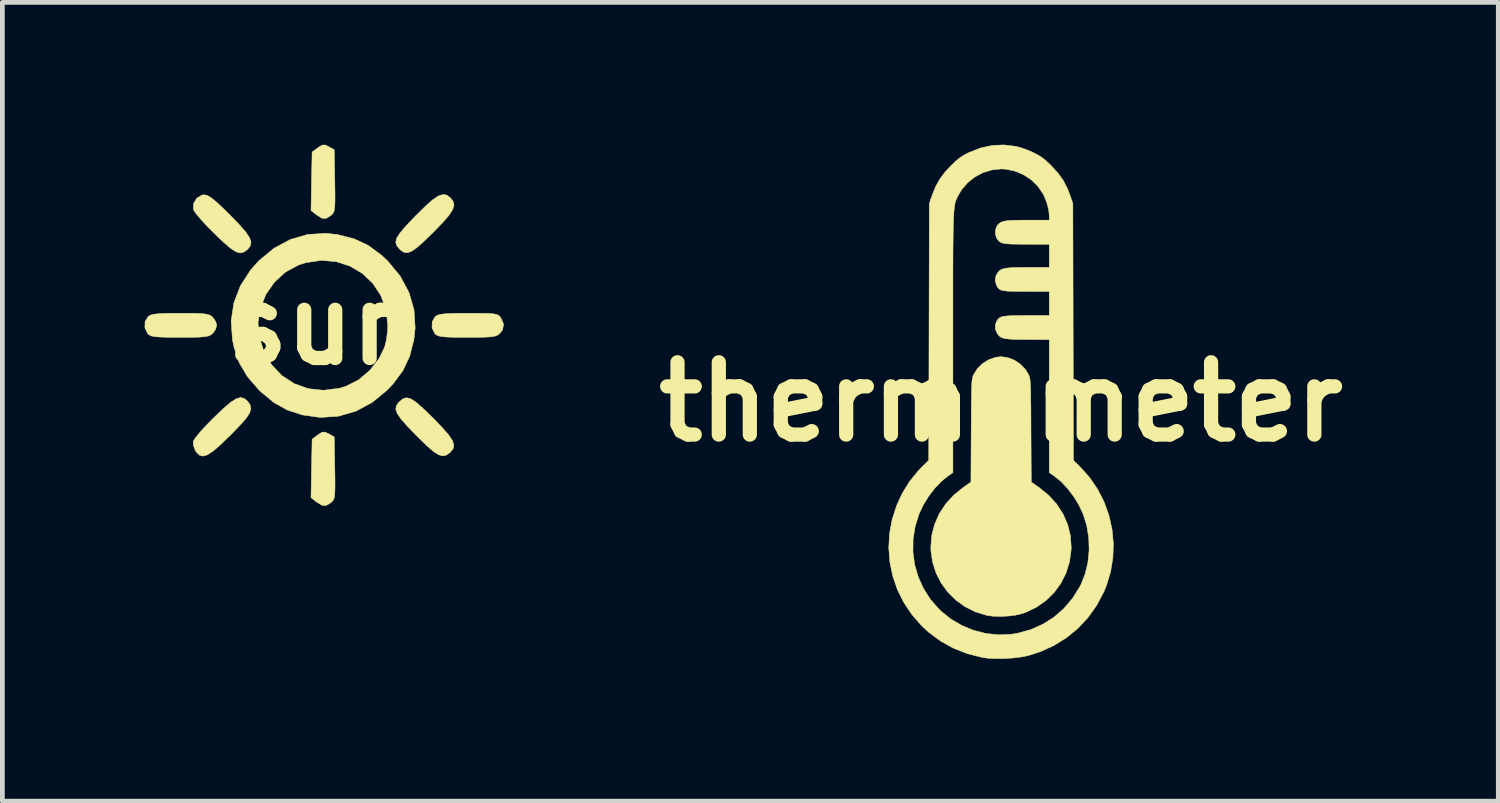
<source format=kicad_pcb>
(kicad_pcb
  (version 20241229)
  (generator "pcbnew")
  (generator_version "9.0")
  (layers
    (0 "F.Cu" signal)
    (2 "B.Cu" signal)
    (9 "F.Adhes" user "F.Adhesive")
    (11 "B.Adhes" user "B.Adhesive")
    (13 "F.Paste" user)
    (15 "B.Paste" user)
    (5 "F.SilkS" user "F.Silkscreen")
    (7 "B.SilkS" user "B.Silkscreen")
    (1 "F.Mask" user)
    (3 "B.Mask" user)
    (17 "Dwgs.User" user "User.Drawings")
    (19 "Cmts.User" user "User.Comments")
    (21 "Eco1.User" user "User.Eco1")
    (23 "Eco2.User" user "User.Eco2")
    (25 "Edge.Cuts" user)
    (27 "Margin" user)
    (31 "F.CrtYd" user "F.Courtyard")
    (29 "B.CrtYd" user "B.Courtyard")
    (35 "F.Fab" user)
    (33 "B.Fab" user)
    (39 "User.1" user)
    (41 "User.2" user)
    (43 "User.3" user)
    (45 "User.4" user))
  (footprint "thermometer"
    (layer "F.Cu")
    (at 18.055 5.422)
    (property "Reference" "thermometer" (at 0 0 0) (layer "F.SilkS") (effects (font (size 1.524 1.524) (thickness 0.3))))
    (attr through_hole)
    (fp_poly (pts (xy 0.145 -0.932) (xy 0.286 -0.876) (xy 0.413 -0.789) (xy 0.517 -0.678) (xy 0.578 -0.576) (xy 0.589 -0.553) (xy 0.597 -0.529) (xy 0.604 -0.5) (xy 0.61 -0.464) (xy 0.615 -0.415) (xy 0.619 -0.351) (xy 0.622 -0.268) (xy 0.624 -0.161) (xy 0.626 -0.027) (xy 0.628 0.137) (xy 0.629 0.335) (xy 0.63 0.572) (xy 0.63 0.607) (xy 0.636 1.691) (xy 0.801 1.806) (xy 1.005 1.972) (xy 1.174 2.159) (xy 1.307 2.365) (xy 1.403 2.586) (xy 1.461 2.82) (xy 1.478 3.065) (xy 1.475 3.133) (xy 1.441 3.379) (xy 1.368 3.611) (xy 1.26 3.825) (xy 1.119 4.018) (xy 0.949 4.186) (xy 0.751 4.325) (xy 0.53 4.433) (xy 0.434 4.466) (xy 0.307 4.496) (xy 0.155 4.515) (xy -0.005 4.523) (xy -0.158 4.52) (xy -0.289 4.504) (xy -0.31 4.499) (xy -0.547 4.425) (xy -0.764 4.316) (xy -0.957 4.176) (xy -1.125 4.009) (xy -1.264 3.819) (xy -1.371 3.608) (xy -1.444 3.381) (xy -1.479 3.141) (xy -1.481 3.055) (xy -1.461 2.813) (xy -1.401 2.58) (xy -1.303 2.359) (xy -1.168 2.153) (xy -0.998 1.967) (xy -0.801 1.806) (xy -0.636 1.691) (xy -0.63 0.607) (xy -0.629 0.365) (xy -0.628 0.162) (xy -0.626 -0.007) (xy -0.624 -0.144) (xy -0.622 -0.254) (xy -0.619 -0.341) (xy -0.616 -0.408) (xy -0.611 -0.458) (xy -0.605 -0.496) (xy -0.598 -0.525) (xy -0.59 -0.55) (xy -0.58 -0.573) (xy -0.578 -0.576) (xy -0.498 -0.703) (xy -0.388 -0.809) (xy -0.258 -0.89) (xy -0.115 -0.94) (xy 0 -0.953) (xy 0.145 -0.932)) (stroke (width 0.01) (type solid)) (fill yes) (layer "F.SilkS"))
    (fp_poly (pts (xy 0.306 -5.387) (xy 0.313 -5.386) (xy 0.416 -5.358) (xy 0.535 -5.317) (xy 0.654 -5.267) (xy 0.675 -5.257) (xy 0.774 -5.206) (xy 0.854 -5.157) (xy 0.93 -5.098) (xy 1.013 -5.022) (xy 1.058 -4.977) (xy 1.2 -4.822) (xy 1.311 -4.667) (xy 1.399 -4.497) (xy 1.458 -4.343) (xy 1.513 -4.18) (xy 1.525 1.233) (xy 1.658 1.362) (xy 1.864 1.592) (xy 2.036 1.844) (xy 2.173 2.113) (xy 2.274 2.396) (xy 2.339 2.689) (xy 2.367 2.987) (xy 2.357 3.287) (xy 2.308 3.585) (xy 2.219 3.877) (xy 2.165 4.007) (xy 2.016 4.289) (xy 1.834 4.545) (xy 1.622 4.772) (xy 1.382 4.97) (xy 1.117 5.135) (xy 0.829 5.266) (xy 0.572 5.349) (xy 0.428 5.378) (xy 0.26 5.399) (xy 0.079 5.411) (xy -0.1 5.413) (xy -0.264 5.406) (xy -0.393 5.389) (xy -0.71 5.309) (xy -1.004 5.194) (xy -1.275 5.044) (xy -1.525 4.858) (xy -1.673 4.721) (xy -1.88 4.485) (xy -2.051 4.23) (xy -2.186 3.958) (xy -2.284 3.673) (xy -2.345 3.379) (xy -2.361 3.167) (xy -1.858 3.167) (xy -1.822 3.433) (xy -1.747 3.69) (xy -1.636 3.936) (xy -1.489 4.165) (xy -1.306 4.374) (xy -1.27 4.409) (xy -1.061 4.578) (xy -0.829 4.714) (xy -0.582 4.816) (xy -0.323 4.882) (xy -0.059 4.911) (xy 0.205 4.901) (xy 0.353 4.877) (xy 0.63 4.8) (xy 0.886 4.685) (xy 1.119 4.536) (xy 1.327 4.354) (xy 1.508 4.14) (xy 1.66 3.897) (xy 1.68 3.859) (xy 1.771 3.632) (xy 1.83 3.386) (xy 1.856 3.129) (xy 1.848 2.869) (xy 1.807 2.613) (xy 1.732 2.369) (xy 1.73 2.364) (xy 1.643 2.179) (xy 1.532 1.996) (xy 1.403 1.827) (xy 1.265 1.68) (xy 1.124 1.566) (xy 1.124 1.566) (xy 1.016 1.492) (xy 1.016 0.09) (xy 1.016 -1.312) (xy 0.566 -1.314) (xy 0.394 -1.315) (xy 0.259 -1.318) (xy 0.156 -1.325) (xy 0.078 -1.335) (xy 0.021 -1.351) (xy -0.021 -1.374) (xy -0.053 -1.404) (xy -0.079 -1.437) (xy -0.12 -1.531) (xy -0.12 -1.627) (xy -0.095 -1.694) (xy -0.073 -1.732) (xy -0.046 -1.762) (xy -0.01 -1.784) (xy 0.04 -1.8) (xy 0.111 -1.81) (xy 0.207 -1.816) (xy 0.333 -1.819) (xy 0.496 -1.82) (xy 0.539 -1.82) (xy 1.016 -1.82) (xy 1.016 -2.328) (xy 0.528 -2.328) (xy 0.36 -2.329) (xy 0.228 -2.331) (xy 0.128 -2.335) (xy 0.054 -2.344) (xy 0.001 -2.357) (xy -0.036 -2.376) (xy -0.063 -2.403) (xy -0.086 -2.438) (xy -0.096 -2.457) (xy -0.125 -2.554) (xy -0.111 -2.649) (xy -0.079 -2.711) (xy -0.05 -2.749) (xy -0.017 -2.778) (xy 0.027 -2.799) (xy 0.086 -2.815) (xy 0.166 -2.825) (xy 0.272 -2.831) (xy 0.411 -2.834) (xy 0.566 -2.835) (xy 1.016 -2.836) (xy 1.016 -3.323) (xy 0.538 -3.323) (xy 0.369 -3.324) (xy 0.238 -3.326) (xy 0.137 -3.331) (xy 0.063 -3.34) (xy 0.009 -3.354) (xy -0.03 -3.375) (xy -0.06 -3.403) (xy -0.085 -3.439) (xy -0.095 -3.455) (xy -0.12 -3.534) (xy -0.118 -3.622) (xy -0.09 -3.703) (xy -0.071 -3.73) (xy -0.039 -3.761) (xy -0.002 -3.786) (xy 0.045 -3.804) (xy 0.108 -3.816) (xy 0.192 -3.824) (xy 0.304 -3.829) (xy 0.449 -3.831) (xy 0.56 -3.831) (xy 1.016 -3.831) (xy 1.016 -3.922) (xy 1.003 -4.048) (xy 0.967 -4.19) (xy 0.912 -4.331) (xy 0.885 -4.385) (xy 0.777 -4.544) (xy 0.638 -4.68) (xy 0.475 -4.788) (xy 0.295 -4.864) (xy 0.104 -4.905) (xy 0 -4.911) (xy -0.194 -4.89) (xy -0.381 -4.833) (xy -0.554 -4.741) (xy -0.707 -4.619) (xy -0.832 -4.472) (xy -0.885 -4.385) (xy -0.904 -4.351) (xy -0.921 -4.32) (xy -0.935 -4.291) (xy -0.949 -4.26) (xy -0.96 -4.226) (xy -0.971 -4.186) (xy -0.98 -4.138) (xy -0.987 -4.08) (xy -0.994 -4.01) (xy -0.999 -3.925) (xy -1.004 -3.822) (xy -1.007 -3.701) (xy -1.01 -3.558) (xy -1.012 -3.392) (xy -1.014 -3.199) (xy -1.015 -2.979) (xy -1.016 -2.727) (xy -1.016 -2.443) (xy -1.016 -2.125) (xy -1.016 -1.769) (xy -1.016 -1.373) (xy -1.016 -1.26) (xy -1.016 1.492) (xy -1.124 1.566) (xy -1.263 1.679) (xy -1.401 1.825) (xy -1.529 1.992) (xy -1.64 2.173) (xy -1.727 2.356) (xy -1.729 2.361) (xy -1.812 2.627) (xy -1.855 2.897) (xy -1.858 3.167) (xy -2.361 3.167) (xy -2.368 3.08) (xy -2.352 2.779) (xy -2.297 2.48) (xy -2.202 2.186) (xy -2.087 1.934) (xy -1.929 1.677) (xy -1.74 1.446) (xy -1.658 1.362) (xy -1.525 1.233) (xy -1.519 -1.474) (xy -1.513 -4.18) (xy -1.458 -4.343) (xy -1.382 -4.534) (xy -1.29 -4.699) (xy -1.174 -4.854) (xy -1.058 -4.977) (xy -0.966 -5.066) (xy -0.889 -5.131) (xy -0.812 -5.184) (xy -0.724 -5.233) (xy -0.675 -5.257) (xy -0.434 -5.352) (xy -0.191 -5.405) (xy 0.055 -5.417) (xy 0.306 -5.387)) (stroke (width 0.01) (type solid)) (fill yes) (layer "F.SilkS")))
  (footprint "sun"
    (layer "F.Cu")
    (at 3.763 3.808)
    (property "Reference" "sun" (at 0 0 0) (layer "F.SilkS") (effects (font (size 1.524 1.524) (thickness 0.3))))
    (attr through_hole)
    (fp_poly (pts (xy 0.118 -3.765) (xy 0.233 -3.701) (xy 0.245 -3.046) (xy 0.249 -2.797) (xy 0.249 -2.618) (xy 0.244 -2.497) (xy 0.233 -2.418) (xy 0.213 -2.368) (xy 0.184 -2.333) (xy 0.166 -2.318) (xy 0.066 -2.256) (xy -0.024 -2.257) (xy -0.133 -2.324) (xy -0.144 -2.332) (xy -0.256 -2.421) (xy -0.245 -3.037) (xy -0.233 -3.653) (xy -0.114 -3.741) (xy -0.027 -3.797) (xy 0.038 -3.803) (xy 0.118 -3.765)) (stroke (width 0.01) (type solid)) (fill yes) (layer "F.SilkS"))
    (fp_poly (pts (xy 0.118 2.288) (xy 0.233 2.353) (xy 0.245 3.007) (xy 0.249 3.257) (xy 0.249 3.435) (xy 0.244 3.557) (xy 0.233 3.636) (xy 0.213 3.686) (xy 0.184 3.72) (xy 0.166 3.736) (xy 0.066 3.798) (xy -0.024 3.796) (xy -0.133 3.729) (xy -0.144 3.721) (xy -0.256 3.633) (xy -0.245 3.017) (xy -0.233 2.401) (xy -0.114 2.313) (xy -0.027 2.256) (xy 0.038 2.251) (xy 0.118 2.288)) (stroke (width 0.01) (type solid)) (fill yes) (layer "F.SilkS"))
    (fp_poly (pts (xy -2.445 -2.738) (xy -2.366 -2.693) (xy -2.259 -2.607) (xy -2.115 -2.473) (xy -1.957 -2.317) (xy -1.763 -2.117) (xy -1.629 -1.962) (xy -1.55 -1.843) (xy -1.521 -1.75) (xy -1.537 -1.672) (xy -1.593 -1.601) (xy -1.601 -1.594) (xy -1.676 -1.541) (xy -1.752 -1.526) (xy -1.842 -1.552) (xy -1.955 -1.627) (xy -2.103 -1.754) (xy -2.293 -1.936) (xy -2.449 -2.093) (xy -2.582 -2.238) (xy -2.68 -2.355) (xy -2.732 -2.432) (xy -2.737 -2.444) (xy -2.731 -2.569) (xy -2.665 -2.679) (xy -2.559 -2.744) (xy -2.507 -2.752) (xy -2.445 -2.738)) (stroke (width 0.01) (type solid)) (fill yes) (layer "F.SilkS"))
    (fp_poly (pts (xy -1.661 1.544) (xy -1.594 1.601) (xy -1.54 1.676) (xy -1.523 1.753) (xy -1.548 1.842) (xy -1.619 1.953) (xy -1.744 2.097) (xy -1.925 2.285) (xy -1.959 2.319) (xy -2.162 2.515) (xy -2.32 2.651) (xy -2.442 2.731) (xy -2.535 2.758) (xy -2.611 2.736) (xy -2.676 2.669) (xy -2.692 2.646) (xy -2.737 2.529) (xy -2.737 2.444) (xy -2.699 2.38) (xy -2.611 2.271) (xy -2.486 2.132) (xy -2.335 1.977) (xy -2.293 1.936) (xy -2.096 1.748) (xy -1.945 1.62) (xy -1.828 1.546) (xy -1.737 1.522) (xy -1.661 1.544)) (stroke (width 0.01) (type solid)) (fill yes) (layer "F.SilkS"))
    (fp_poly (pts (xy 1.838 1.546) (xy 1.944 1.612) (xy 2.083 1.73) (xy 2.264 1.904) (xy 2.319 1.959) (xy 2.512 2.159) (xy 2.646 2.313) (xy 2.726 2.433) (xy 2.755 2.526) (xy 2.739 2.603) (xy 2.682 2.674) (xy 2.674 2.682) (xy 2.599 2.736) (xy 2.521 2.754) (xy 2.433 2.729) (xy 2.321 2.657) (xy 2.178 2.532) (xy 1.991 2.349) (xy 1.955 2.313) (xy 1.768 2.119) (xy 1.638 1.97) (xy 1.561 1.857) (xy 1.531 1.77) (xy 1.543 1.696) (xy 1.591 1.627) (xy 1.609 1.609) (xy 1.681 1.55) (xy 1.754 1.527) (xy 1.838 1.546)) (stroke (width 0.01) (type solid)) (fill yes) (layer "F.SilkS"))
    (fp_poly (pts (xy 2.607 -2.744) (xy 2.682 -2.688) (xy 2.685 -2.685) (xy 2.741 -2.611) (xy 2.758 -2.531) (xy 2.729 -2.437) (xy 2.65 -2.317) (xy 2.517 -2.163) (xy 2.324 -1.964) (xy 2.317 -1.957) (xy 2.123 -1.768) (xy 1.974 -1.637) (xy 1.861 -1.559) (xy 1.773 -1.529) (xy 1.698 -1.541) (xy 1.627 -1.591) (xy 1.609 -1.609) (xy 1.552 -1.679) (xy 1.53 -1.75) (xy 1.549 -1.833) (xy 1.614 -1.938) (xy 1.73 -2.077) (xy 1.902 -2.259) (xy 1.955 -2.313) (xy 2.155 -2.51) (xy 2.31 -2.647) (xy 2.431 -2.728) (xy 2.527 -2.758) (xy 2.607 -2.744)) (stroke (width 0.01) (type solid)) (fill yes) (layer "F.SilkS"))
    (fp_poly (pts (xy -2.773 -0.253) (xy -2.603 -0.249) (xy -2.487 -0.239) (xy -2.412 -0.223) (xy -2.362 -0.198) (xy -2.328 -0.169) (xy -2.265 -0.077) (xy -2.244 0) (xy -2.272 0.092) (xy -2.328 0.169) (xy -2.369 0.203) (xy -2.422 0.226) (xy -2.503 0.241) (xy -2.626 0.25) (xy -2.805 0.253) (xy -3.02 0.254) (xy -3.263 0.253) (xy -3.436 0.248) (xy -3.552 0.239) (xy -3.627 0.223) (xy -3.674 0.198) (xy -3.698 0.177) (xy -3.758 0.056) (xy -3.755 -0.076) (xy -3.69 -0.184) (xy -3.645 -0.213) (xy -3.576 -0.232) (xy -3.467 -0.245) (xy -3.304 -0.252) (xy -3.075 -0.254) (xy -3.013 -0.254) (xy -2.773 -0.253)) (stroke (width 0.01) (type solid)) (fill yes) (layer "F.SilkS"))
    (fp_poly (pts (xy 3.301 -0.253) (xy 3.472 -0.25) (xy 3.586 -0.242) (xy 3.659 -0.228) (xy 3.704 -0.205) (xy 3.735 -0.172) (xy 3.744 -0.16) (xy 3.804 -0.025) (xy 3.782 0.096) (xy 3.725 0.169) (xy 3.685 0.203) (xy 3.631 0.226) (xy 3.551 0.241) (xy 3.428 0.25) (xy 3.248 0.253) (xy 3.033 0.254) (xy 2.79 0.253) (xy 2.618 0.248) (xy 2.501 0.239) (xy 2.427 0.223) (xy 2.379 0.198) (xy 2.356 0.177) (xy 2.295 0.056) (xy 2.299 -0.076) (xy 2.363 -0.184) (xy 2.407 -0.212) (xy 2.476 -0.232) (xy 2.583 -0.244) (xy 2.742 -0.251) (xy 2.968 -0.254) (xy 3.06 -0.254) (xy 3.301 -0.253)) (stroke (width 0.01) (type solid)) (fill yes) (layer "F.SilkS"))
    (fp_poly (pts (xy 0.3 -1.913) (xy 0.648 -1.825) (xy 0.951 -1.684) (xy 1.232 -1.476) (xy 1.358 -1.358) (xy 1.622 -1.04) (xy 1.808 -0.695) (xy 1.915 -0.328) (xy 1.939 0.056) (xy 1.913 0.3) (xy 1.825 0.648) (xy 1.684 0.951) (xy 1.476 1.232) (xy 1.358 1.358) (xy 1.039 1.622) (xy 0.693 1.809) (xy 0.324 1.916) (xy -0.06 1.943) (xy -0.446 1.888) (xy -0.761 1.784) (xy -1.042 1.626) (xy -1.313 1.402) (xy -1.358 1.357) (xy -1.599 1.079) (xy -1.769 0.789) (xy -1.879 0.464) (xy -1.913 0.3) (xy -1.937 -0.058) (xy -1.373 -0.058) (xy -1.353 0.221) (xy -1.251 0.551) (xy -1.086 0.833) (xy -0.868 1.062) (xy -0.607 1.232) (xy -0.312 1.336) (xy 0.007 1.37) (xy 0.339 1.328) (xy 0.481 1.285) (xy 0.745 1.151) (xy 0.983 0.951) (xy 1.177 0.702) (xy 1.296 0.46) (xy 1.332 0.314) (xy 1.357 0.131) (xy 1.363 0) (xy 1.325 -0.331) (xy 1.216 -0.628) (xy 1.047 -0.884) (xy 0.827 -1.093) (xy 0.566 -1.248) (xy 0.274 -1.342) (xy -0.039 -1.369) (xy -0.364 -1.321) (xy -0.517 -1.272) (xy -0.793 -1.124) (xy -1.024 -0.914) (xy -1.204 -0.657) (xy -1.323 -0.367) (xy -1.373 -0.058) (xy -1.937 -0.058) (xy -1.94 -0.092) (xy -1.883 -0.471) (xy -1.746 -0.83) (xy -1.53 -1.165) (xy -1.358 -1.358) (xy -1.04 -1.622) (xy -0.695 -1.808) (xy -0.328 -1.915) (xy 0.056 -1.939) (xy 0.3 -1.913)) (stroke (width 0.01) (type solid)) (fill yes) (layer "F.SilkS")))
  (gr_rect
    (start -3 -3)
    (end 28.537 13.84)
    (stroke (width 0.1) (type default))
    (fill no)
    (layer "Edge.Cuts")))
</source>
